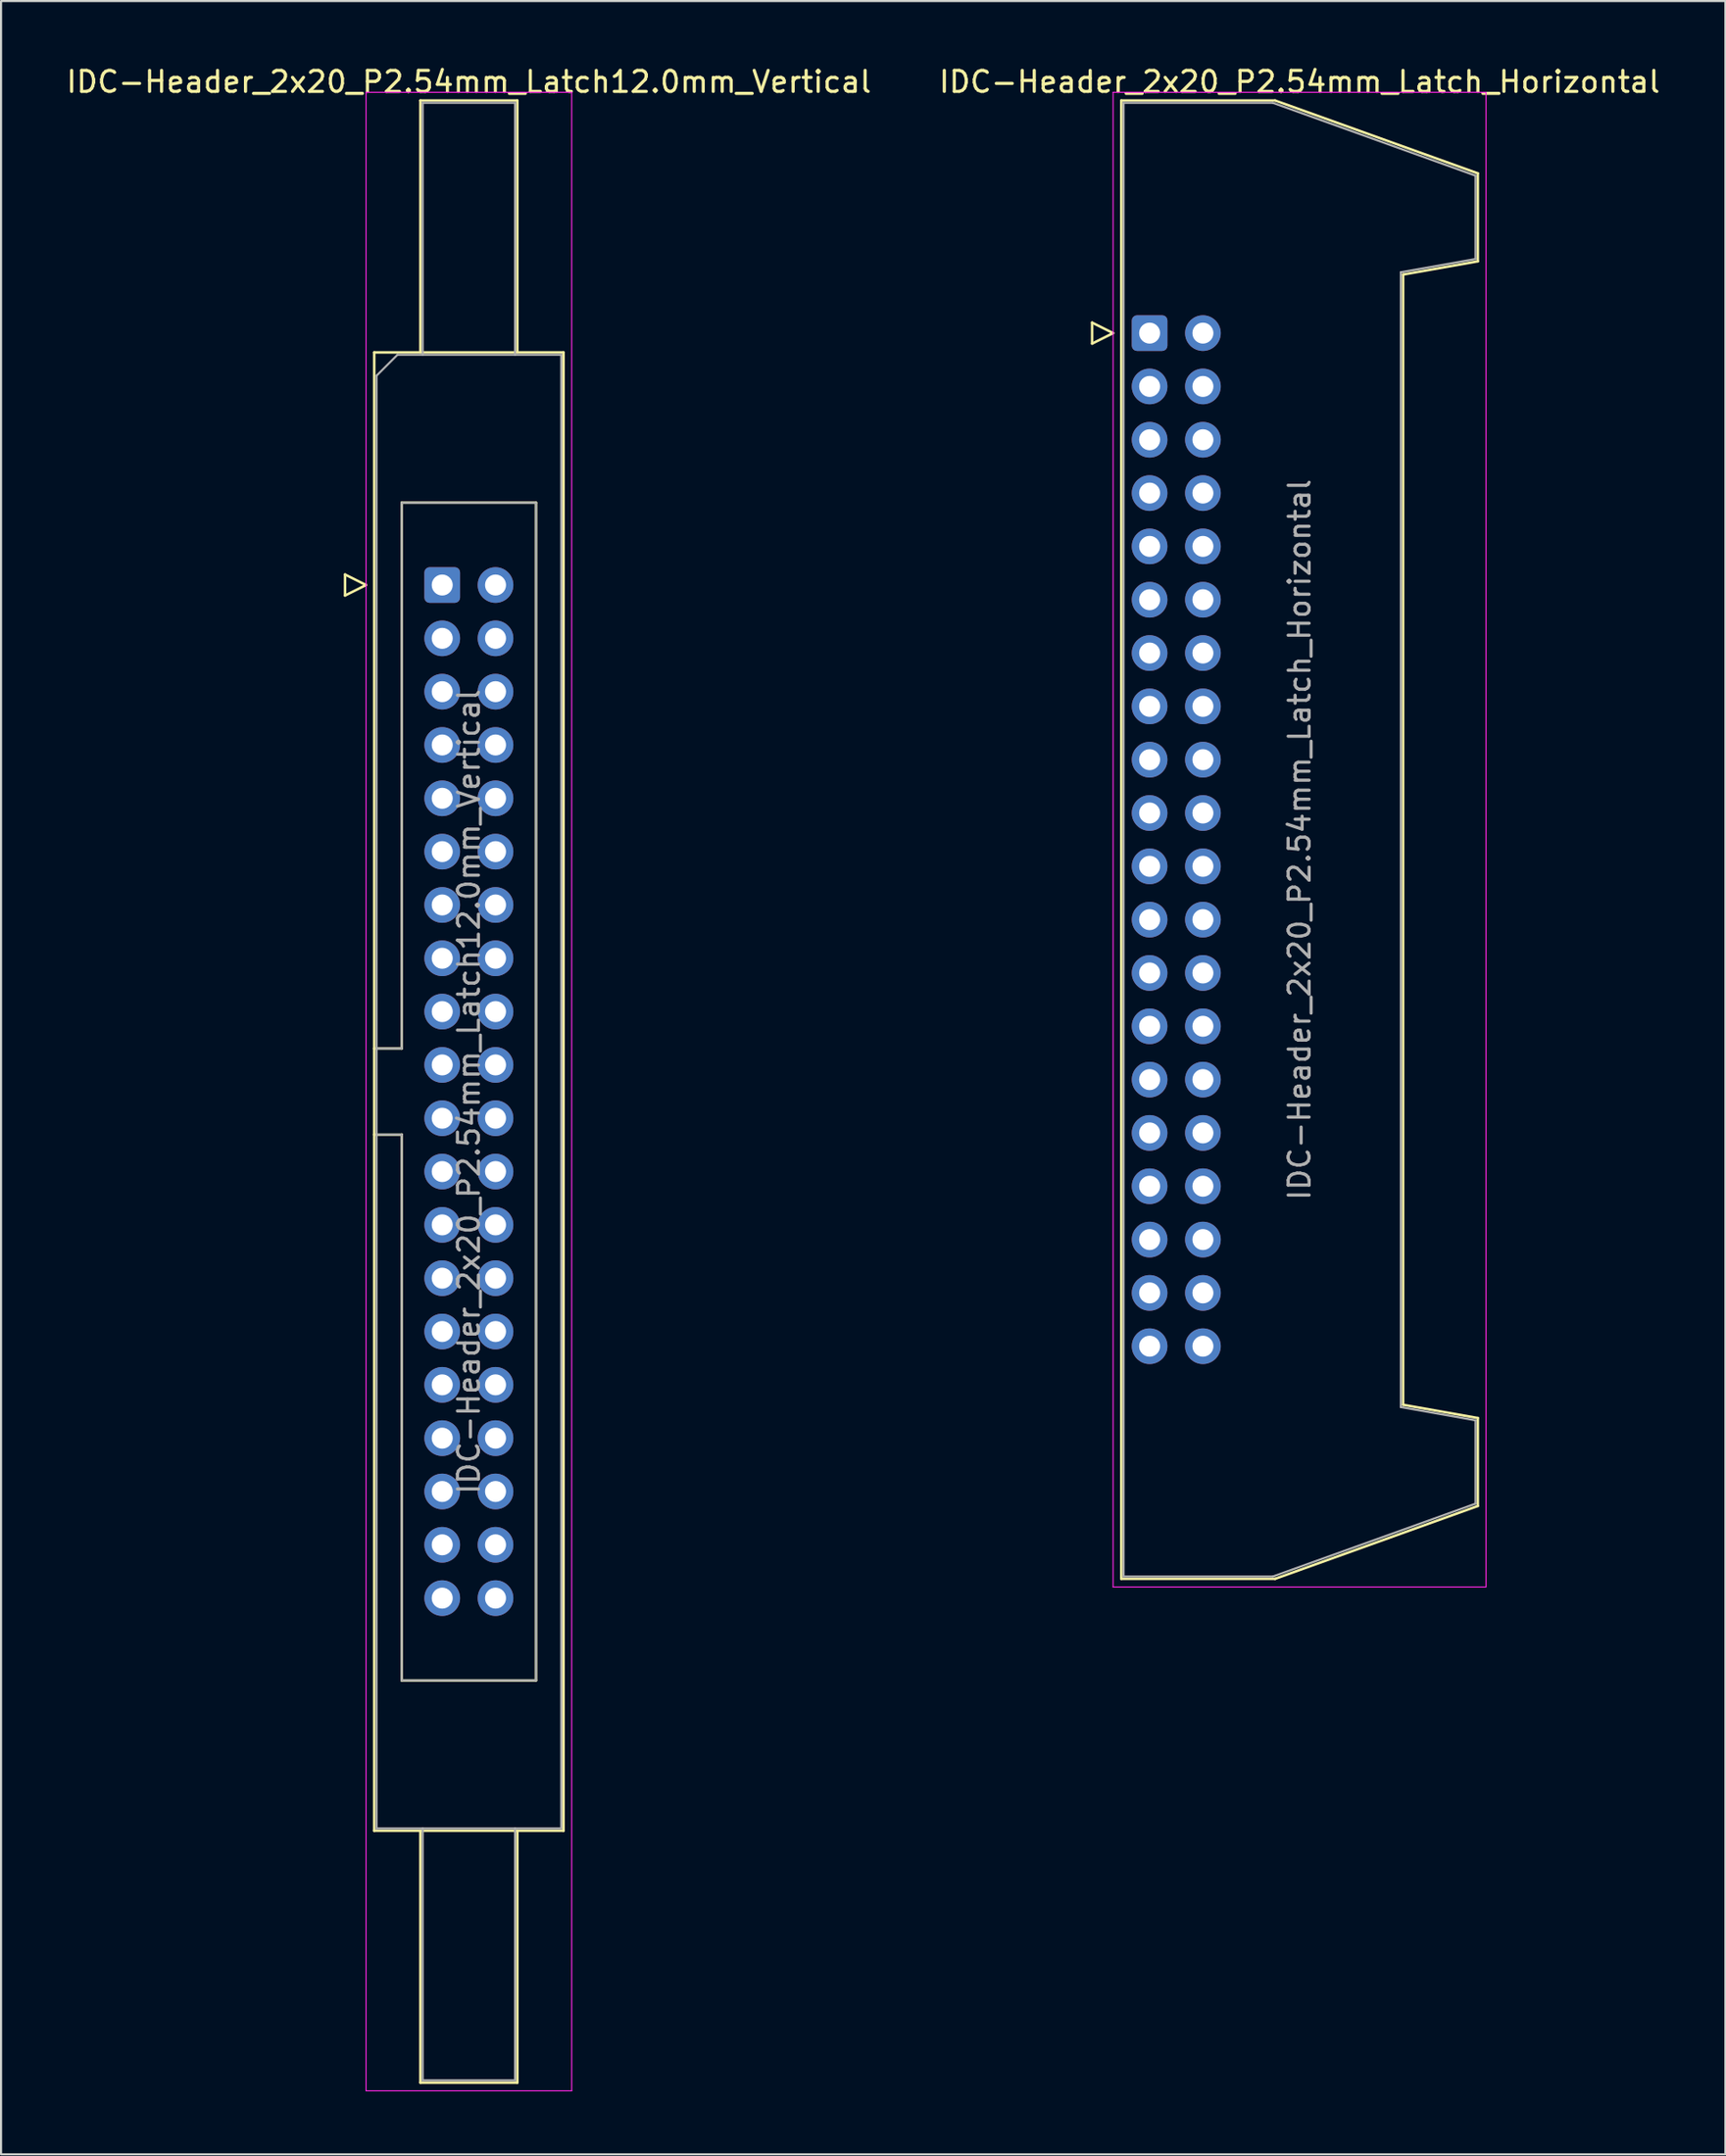
<source format=kicad_pcb>
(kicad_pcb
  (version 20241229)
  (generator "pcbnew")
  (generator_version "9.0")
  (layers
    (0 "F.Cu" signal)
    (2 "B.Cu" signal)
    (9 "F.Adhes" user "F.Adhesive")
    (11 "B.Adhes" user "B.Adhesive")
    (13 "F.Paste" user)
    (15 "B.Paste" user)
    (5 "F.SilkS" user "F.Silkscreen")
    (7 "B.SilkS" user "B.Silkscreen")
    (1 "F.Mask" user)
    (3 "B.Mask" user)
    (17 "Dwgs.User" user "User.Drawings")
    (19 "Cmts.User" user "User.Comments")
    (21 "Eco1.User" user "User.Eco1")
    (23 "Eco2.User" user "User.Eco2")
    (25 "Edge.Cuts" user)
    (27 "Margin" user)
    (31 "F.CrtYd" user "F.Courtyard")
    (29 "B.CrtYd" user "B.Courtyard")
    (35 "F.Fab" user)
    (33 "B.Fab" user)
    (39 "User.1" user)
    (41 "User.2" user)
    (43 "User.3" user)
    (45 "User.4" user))
  (footprint "IDC-Header_2x20_P2.54mm_Latch_Horizontal"
    (layer "F.Cu")
    (at 51.73 12.818)
    (property "Reference" "IDC-Header_2x20_P2.54mm_Latch_Horizontal" (at 7.145 -11.97 0) (layer "F.SilkS") (effects (font (size 1 1) (thickness 0.15))))
    (attr through_hole)
    (fp_line (start -2.74 -0.5) (end -2.74 0.5) (stroke (width 0.12) (type solid)) (layer "F.SilkS"))
    (fp_line (start -2.74 0.5) (end -1.74 0) (stroke (width 0.12) (type solid)) (layer "F.SilkS"))
    (fp_line (start -1.74 0) (end -2.74 -0.5) (stroke (width 0.12) (type solid)) (layer "F.SilkS"))
    (fp_line (start -1.35 -11.08) (end 5.98 -11.08) (stroke (width 0.12) (type solid)) (layer "F.SilkS"))
    (fp_line (start -1.35 59.34) (end -1.35 -11.08) (stroke (width 0.12) (type solid)) (layer "F.SilkS"))
    (fp_line (start 5.98 -11.08) (end 15.64 -7.61) (stroke (width 0.12) (type solid)) (layer "F.SilkS"))
    (fp_line (start 5.98 59.34) (end -1.35 59.34) (stroke (width 0.12) (type solid)) (layer "F.SilkS"))
    (fp_line (start 12.08 -2.79) (end 12.08 51.05) (stroke (width 0.12) (type solid)) (layer "F.SilkS"))
    (fp_line (start 12.08 51.05) (end 15.64 51.68) (stroke (width 0.12) (type solid)) (layer "F.SilkS"))
    (fp_line (start 15.64 -7.61) (end 15.64 -3.42) (stroke (width 0.12) (type solid)) (layer "F.SilkS"))
    (fp_line (start 15.64 -3.42) (end 12.08 -2.79) (stroke (width 0.12) (type solid)) (layer "F.SilkS"))
    (fp_line (start 15.64 51.68) (end 15.64 55.87) (stroke (width 0.12) (type solid)) (layer "F.SilkS"))
    (fp_line (start 15.64 55.87) (end 5.98 59.34) (stroke (width 0.12) (type solid)) (layer "F.SilkS"))
    (fp_line (start -1.74 -11.47) (end -1.74 59.73) (stroke (width 0.05) (type solid)) (layer "F.CrtYd"))
    (fp_line (start -1.74 59.73) (end 16.03 59.73) (stroke (width 0.05) (type solid)) (layer "F.CrtYd"))
    (fp_line (start 16.03 -11.47) (end -1.74 -11.47) (stroke (width 0.05) (type solid)) (layer "F.CrtYd"))
    (fp_line (start 16.03 59.73) (end 16.03 -11.47) (stroke (width 0.05) (type solid)) (layer "F.CrtYd"))
    (fp_line (start -1.24 -10.97) (end 5.87 -10.97) (stroke (width 0.1) (type solid)) (layer "F.Fab"))
    (fp_line (start -1.24 59.23) (end -1.24 -10.97) (stroke (width 0.1) (type solid)) (layer "F.Fab"))
    (fp_line (start 5.87 -10.97) (end 15.53 -7.5) (stroke (width 0.1) (type solid)) (layer "F.Fab"))
    (fp_line (start 5.87 59.23) (end -1.24 59.23) (stroke (width 0.1) (type solid)) (layer "F.Fab"))
    (fp_line (start 11.97 -2.9) (end 11.97 51.16) (stroke (width 0.1) (type solid)) (layer "F.Fab"))
    (fp_line (start 11.97 51.16) (end 15.53 51.79) (stroke (width 0.1) (type solid)) (layer "F.Fab"))
    (fp_line (start 15.53 -7.5) (end 15.53 -3.53) (stroke (width 0.1) (type solid)) (layer "F.Fab"))
    (fp_line (start 15.53 -3.53) (end 11.97 -2.9) (stroke (width 0.1) (type solid)) (layer "F.Fab"))
    (fp_line (start 15.53 51.79) (end 15.53 55.76) (stroke (width 0.1) (type solid)) (layer "F.Fab"))
    (fp_line (start 15.53 55.76) (end 5.87 59.23) (stroke (width 0.1) (type solid)) (layer "F.Fab"))
    (fp_text user "${REFERENCE}" (at 7.145 24.13 90) (layer "F.Fab") (effects (font (size 1 1) (thickness 0.15))))
    (pad "1" thru_hole roundrect (at 0 0) (size 1.7 1.7) (drill 1) (layers "*.Cu" "*.Mask") (roundrect_rratio 0.147))
    (pad "2" thru_hole circle (at 2.54 0) (size 1.7 1.7) (drill 1) (layers "*.Cu" "*.Mask"))
    (pad "3" thru_hole circle (at 0 2.54) (size 1.7 1.7) (drill 1) (layers "*.Cu" "*.Mask"))
    (pad "4" thru_hole circle (at 2.54 2.54) (size 1.7 1.7) (drill 1) (layers "*.Cu" "*.Mask"))
    (pad "5" thru_hole circle (at 0 5.08) (size 1.7 1.7) (drill 1) (layers "*.Cu" "*.Mask"))
    (pad "6" thru_hole circle (at 2.54 5.08) (size 1.7 1.7) (drill 1) (layers "*.Cu" "*.Mask"))
    (pad "7" thru_hole circle (at 0 7.62) (size 1.7 1.7) (drill 1) (layers "*.Cu" "*.Mask"))
    (pad "8" thru_hole circle (at 2.54 7.62) (size 1.7 1.7) (drill 1) (layers "*.Cu" "*.Mask"))
    (pad "9" thru_hole circle (at 0 10.16) (size 1.7 1.7) (drill 1) (layers "*.Cu" "*.Mask"))
    (pad "10" thru_hole circle (at 2.54 10.16) (size 1.7 1.7) (drill 1) (layers "*.Cu" "*.Mask"))
    (pad "11" thru_hole circle (at 0 12.7) (size 1.7 1.7) (drill 1) (layers "*.Cu" "*.Mask"))
    (pad "12" thru_hole circle (at 2.54 12.7) (size 1.7 1.7) (drill 1) (layers "*.Cu" "*.Mask"))
    (pad "13" thru_hole circle (at 0 15.24) (size 1.7 1.7) (drill 1) (layers "*.Cu" "*.Mask"))
    (pad "14" thru_hole circle (at 2.54 15.24) (size 1.7 1.7) (drill 1) (layers "*.Cu" "*.Mask"))
    (pad "15" thru_hole circle (at 0 17.78) (size 1.7 1.7) (drill 1) (layers "*.Cu" "*.Mask"))
    (pad "16" thru_hole circle (at 2.54 17.78) (size 1.7 1.7) (drill 1) (layers "*.Cu" "*.Mask"))
    (pad "17" thru_hole circle (at 0 20.32) (size 1.7 1.7) (drill 1) (layers "*.Cu" "*.Mask"))
    (pad "18" thru_hole circle (at 2.54 20.32) (size 1.7 1.7) (drill 1) (layers "*.Cu" "*.Mask"))
    (pad "19" thru_hole circle (at 0 22.86) (size 1.7 1.7) (drill 1) (layers "*.Cu" "*.Mask"))
    (pad "20" thru_hole circle (at 2.54 22.86) (size 1.7 1.7) (drill 1) (layers "*.Cu" "*.Mask"))
    (pad "21" thru_hole circle (at 0 25.4) (size 1.7 1.7) (drill 1) (layers "*.Cu" "*.Mask"))
    (pad "22" thru_hole circle (at 2.54 25.4) (size 1.7 1.7) (drill 1) (layers "*.Cu" "*.Mask"))
    (pad "23" thru_hole circle (at 0 27.94) (size 1.7 1.7) (drill 1) (layers "*.Cu" "*.Mask"))
    (pad "24" thru_hole circle (at 2.54 27.94) (size 1.7 1.7) (drill 1) (layers "*.Cu" "*.Mask"))
    (pad "25" thru_hole circle (at 0 30.48) (size 1.7 1.7) (drill 1) (layers "*.Cu" "*.Mask"))
    (pad "26" thru_hole circle (at 2.54 30.48) (size 1.7 1.7) (drill 1) (layers "*.Cu" "*.Mask"))
    (pad "27" thru_hole circle (at 0 33.02) (size 1.7 1.7) (drill 1) (layers "*.Cu" "*.Mask"))
    (pad "28" thru_hole circle (at 2.54 33.02) (size 1.7 1.7) (drill 1) (layers "*.Cu" "*.Mask"))
    (pad "29" thru_hole circle (at 0 35.56) (size 1.7 1.7) (drill 1) (layers "*.Cu" "*.Mask"))
    (pad "30" thru_hole circle (at 2.54 35.56) (size 1.7 1.7) (drill 1) (layers "*.Cu" "*.Mask"))
    (pad "31" thru_hole circle (at 0 38.1) (size 1.7 1.7) (drill 1) (layers "*.Cu" "*.Mask"))
    (pad "32" thru_hole circle (at 2.54 38.1) (size 1.7 1.7) (drill 1) (layers "*.Cu" "*.Mask"))
    (pad "33" thru_hole circle (at 0 40.64) (size 1.7 1.7) (drill 1) (layers "*.Cu" "*.Mask"))
    (pad "34" thru_hole circle (at 2.54 40.64) (size 1.7 1.7) (drill 1) (layers "*.Cu" "*.Mask"))
    (pad "35" thru_hole circle (at 0 43.18) (size 1.7 1.7) (drill 1) (layers "*.Cu" "*.Mask"))
    (pad "36" thru_hole circle (at 2.54 43.18) (size 1.7 1.7) (drill 1) (layers "*.Cu" "*.Mask"))
    (pad "37" thru_hole circle (at 0 45.72) (size 1.7 1.7) (drill 1) (layers "*.Cu" "*.Mask"))
    (pad "38" thru_hole circle (at 2.54 45.72) (size 1.7 1.7) (drill 1) (layers "*.Cu" "*.Mask"))
    (pad "39" thru_hole circle (at 0 48.26) (size 1.7 1.7) (drill 1) (layers "*.Cu" "*.Mask"))
    (pad "40" thru_hole circle (at 2.54 48.26) (size 1.7 1.7) (drill 1) (layers "*.Cu" "*.Mask")))
  (footprint "IDC-Header_2x20_P2.54mm_Latch12.0mm_Vertical"
    (layer "F.Cu")
    (at 18.022 24.818)
    (property "Reference" "IDC-Header_2x20_P2.54mm_Latch12.0mm_Vertical" (at 1.27 -23.97 0) (layer "F.SilkS") (effects (font (size 1 1) (thickness 0.15))))
    (attr through_hole)
    (fp_line (start -4.63 -0.5) (end -4.63 0.5) (stroke (width 0.12) (type solid)) (layer "F.SilkS"))
    (fp_line (start -4.63 0.5) (end -3.63 0) (stroke (width 0.12) (type solid)) (layer "F.SilkS"))
    (fp_line (start -3.63 0) (end -4.63 -0.5) (stroke (width 0.12) (type solid)) (layer "F.SilkS"))
    (fp_line (start -3.24 -11.08) (end 5.78 -11.08) (stroke (width 0.12) (type solid)) (layer "F.SilkS"))
    (fp_line (start -3.24 22.08) (end -1.93 22.08) (stroke (width 0.12) (type solid)) (layer "F.SilkS"))
    (fp_line (start -3.24 59.34) (end -3.24 -11.08) (stroke (width 0.12) (type solid)) (layer "F.SilkS"))
    (fp_line (start -1.93 -3.92) (end 4.47 -3.92) (stroke (width 0.12) (type solid)) (layer "F.SilkS"))
    (fp_line (start -1.93 22.08) (end -1.93 -3.92) (stroke (width 0.12) (type solid)) (layer "F.SilkS"))
    (fp_line (start -1.93 26.18) (end -3.24 26.18) (stroke (width 0.12) (type solid)) (layer "F.SilkS"))
    (fp_line (start -1.93 26.18) (end -1.93 26.18) (stroke (width 0.12) (type solid)) (layer "F.SilkS"))
    (fp_line (start -1.93 52.18) (end -1.93 26.18) (stroke (width 0.12) (type solid)) (layer "F.SilkS"))
    (fp_line (start -1.04 -23.08) (end 3.58 -23.08) (stroke (width 0.12) (type solid)) (layer "F.SilkS"))
    (fp_line (start -1.04 -11.08) (end -1.04 -23.08) (stroke (width 0.12) (type solid)) (layer "F.SilkS"))
    (fp_line (start -1.04 59.34) (end -1.04 71.34) (stroke (width 0.12) (type solid)) (layer "F.SilkS"))
    (fp_line (start -1.04 71.34) (end 3.58 71.34) (stroke (width 0.12) (type solid)) (layer "F.SilkS"))
    (fp_line (start 3.58 -23.08) (end 3.58 -11.08) (stroke (width 0.12) (type solid)) (layer "F.SilkS"))
    (fp_line (start 3.58 71.34) (end 3.58 59.34) (stroke (width 0.12) (type solid)) (layer "F.SilkS"))
    (fp_line (start 4.47 -3.92) (end 4.47 52.18) (stroke (width 0.12) (type solid)) (layer "F.SilkS"))
    (fp_line (start 4.47 52.18) (end -1.93 52.18) (stroke (width 0.12) (type solid)) (layer "F.SilkS"))
    (fp_line (start 5.78 -11.08) (end 5.78 59.34) (stroke (width 0.12) (type solid)) (layer "F.SilkS"))
    (fp_line (start 5.78 59.34) (end -3.24 59.34) (stroke (width 0.12) (type solid)) (layer "F.SilkS"))
    (fp_line (start -3.63 -23.47) (end -3.63 71.73) (stroke (width 0.05) (type solid)) (layer "F.CrtYd"))
    (fp_line (start -3.63 71.73) (end 6.17 71.73) (stroke (width 0.05) (type solid)) (layer "F.CrtYd"))
    (fp_line (start 6.17 -23.47) (end -3.63 -23.47) (stroke (width 0.05) (type solid)) (layer "F.CrtYd"))
    (fp_line (start 6.17 71.73) (end 6.17 -23.47) (stroke (width 0.05) (type solid)) (layer "F.CrtYd"))
    (fp_line (start -3.13 -9.97) (end -2.13 -10.97) (stroke (width 0.1) (type solid)) (layer "F.Fab"))
    (fp_line (start -3.13 22.08) (end -1.93 22.08) (stroke (width 0.1) (type solid)) (layer "F.Fab"))
    (fp_line (start -3.13 59.23) (end -3.13 -9.97) (stroke (width 0.1) (type solid)) (layer "F.Fab"))
    (fp_line (start -2.13 -10.97) (end 5.67 -10.97) (stroke (width 0.1) (type solid)) (layer "F.Fab"))
    (fp_line (start -1.93 -3.92) (end 4.47 -3.92) (stroke (width 0.1) (type solid)) (layer "F.Fab"))
    (fp_line (start -1.93 22.08) (end -1.93 -3.92) (stroke (width 0.1) (type solid)) (layer "F.Fab"))
    (fp_line (start -1.93 26.18) (end -3.13 26.18) (stroke (width 0.1) (type solid)) (layer "F.Fab"))
    (fp_line (start -1.93 26.18) (end -1.93 26.18) (stroke (width 0.1) (type solid)) (layer "F.Fab"))
    (fp_line (start -1.93 52.18) (end -1.93 26.18) (stroke (width 0.1) (type solid)) (layer "F.Fab"))
    (fp_line (start -0.93 -22.97) (end 3.47 -22.97) (stroke (width 0.1) (type solid)) (layer "F.Fab"))
    (fp_line (start -0.93 -10.97) (end -0.93 -22.97) (stroke (width 0.1) (type solid)) (layer "F.Fab"))
    (fp_line (start -0.93 59.23) (end -0.93 71.23) (stroke (width 0.1) (type solid)) (layer "F.Fab"))
    (fp_line (start -0.93 71.23) (end 3.47 71.23) (stroke (width 0.1) (type solid)) (layer "F.Fab"))
    (fp_line (start 3.47 -22.97) (end 3.47 -10.97) (stroke (width 0.1) (type solid)) (layer "F.Fab"))
    (fp_line (start 3.47 71.23) (end 3.47 59.23) (stroke (width 0.1) (type solid)) (layer "F.Fab"))
    (fp_line (start 4.47 -3.92) (end 4.47 52.18) (stroke (width 0.1) (type solid)) (layer "F.Fab"))
    (fp_line (start 4.47 52.18) (end -1.93 52.18) (stroke (width 0.1) (type solid)) (layer "F.Fab"))
    (fp_line (start 5.67 -10.97) (end 5.67 59.23) (stroke (width 0.1) (type solid)) (layer "F.Fab"))
    (fp_line (start 5.67 59.23) (end -3.13 59.23) (stroke (width 0.1) (type solid)) (layer "F.Fab"))
    (fp_text user "${REFERENCE}" (at 1.27 24.13 90) (layer "F.Fab") (effects (font (size 1 1) (thickness 0.15))))
    (pad "1" thru_hole roundrect (at 0 0) (size 1.7 1.7) (drill 1) (layers "*.Cu" "*.Mask") (roundrect_rratio 0.147))
    (pad "2" thru_hole circle (at 2.54 0) (size 1.7 1.7) (drill 1) (layers "*.Cu" "*.Mask"))
    (pad "3" thru_hole circle (at 0 2.54) (size 1.7 1.7) (drill 1) (layers "*.Cu" "*.Mask"))
    (pad "4" thru_hole circle (at 2.54 2.54) (size 1.7 1.7) (drill 1) (layers "*.Cu" "*.Mask"))
    (pad "5" thru_hole circle (at 0 5.08) (size 1.7 1.7) (drill 1) (layers "*.Cu" "*.Mask"))
    (pad "6" thru_hole circle (at 2.54 5.08) (size 1.7 1.7) (drill 1) (layers "*.Cu" "*.Mask"))
    (pad "7" thru_hole circle (at 0 7.62) (size 1.7 1.7) (drill 1) (layers "*.Cu" "*.Mask"))
    (pad "8" thru_hole circle (at 2.54 7.62) (size 1.7 1.7) (drill 1) (layers "*.Cu" "*.Mask"))
    (pad "9" thru_hole circle (at 0 10.16) (size 1.7 1.7) (drill 1) (layers "*.Cu" "*.Mask"))
    (pad "10" thru_hole circle (at 2.54 10.16) (size 1.7 1.7) (drill 1) (layers "*.Cu" "*.Mask"))
    (pad "11" thru_hole circle (at 0 12.7) (size 1.7 1.7) (drill 1) (layers "*.Cu" "*.Mask"))
    (pad "12" thru_hole circle (at 2.54 12.7) (size 1.7 1.7) (drill 1) (layers "*.Cu" "*.Mask"))
    (pad "13" thru_hole circle (at 0 15.24) (size 1.7 1.7) (drill 1) (layers "*.Cu" "*.Mask"))
    (pad "14" thru_hole circle (at 2.54 15.24) (size 1.7 1.7) (drill 1) (layers "*.Cu" "*.Mask"))
    (pad "15" thru_hole circle (at 0 17.78) (size 1.7 1.7) (drill 1) (layers "*.Cu" "*.Mask"))
    (pad "16" thru_hole circle (at 2.54 17.78) (size 1.7 1.7) (drill 1) (layers "*.Cu" "*.Mask"))
    (pad "17" thru_hole circle (at 0 20.32) (size 1.7 1.7) (drill 1) (layers "*.Cu" "*.Mask"))
    (pad "18" thru_hole circle (at 2.54 20.32) (size 1.7 1.7) (drill 1) (layers "*.Cu" "*.Mask"))
    (pad "19" thru_hole circle (at 0 22.86) (size 1.7 1.7) (drill 1) (layers "*.Cu" "*.Mask"))
    (pad "20" thru_hole circle (at 2.54 22.86) (size 1.7 1.7) (drill 1) (layers "*.Cu" "*.Mask"))
    (pad "21" thru_hole circle (at 0 25.4) (size 1.7 1.7) (drill 1) (layers "*.Cu" "*.Mask"))
    (pad "22" thru_hole circle (at 2.54 25.4) (size 1.7 1.7) (drill 1) (layers "*.Cu" "*.Mask"))
    (pad "23" thru_hole circle (at 0 27.94) (size 1.7 1.7) (drill 1) (layers "*.Cu" "*.Mask"))
    (pad "24" thru_hole circle (at 2.54 27.94) (size 1.7 1.7) (drill 1) (layers "*.Cu" "*.Mask"))
    (pad "25" thru_hole circle (at 0 30.48) (size 1.7 1.7) (drill 1) (layers "*.Cu" "*.Mask"))
    (pad "26" thru_hole circle (at 2.54 30.48) (size 1.7 1.7) (drill 1) (layers "*.Cu" "*.Mask"))
    (pad "27" thru_hole circle (at 0 33.02) (size 1.7 1.7) (drill 1) (layers "*.Cu" "*.Mask"))
    (pad "28" thru_hole circle (at 2.54 33.02) (size 1.7 1.7) (drill 1) (layers "*.Cu" "*.Mask"))
    (pad "29" thru_hole circle (at 0 35.56) (size 1.7 1.7) (drill 1) (layers "*.Cu" "*.Mask"))
    (pad "30" thru_hole circle (at 2.54 35.56) (size 1.7 1.7) (drill 1) (layers "*.Cu" "*.Mask"))
    (pad "31" thru_hole circle (at 0 38.1) (size 1.7 1.7) (drill 1) (layers "*.Cu" "*.Mask"))
    (pad "32" thru_hole circle (at 2.54 38.1) (size 1.7 1.7) (drill 1) (layers "*.Cu" "*.Mask"))
    (pad "33" thru_hole circle (at 0 40.64) (size 1.7 1.7) (drill 1) (layers "*.Cu" "*.Mask"))
    (pad "34" thru_hole circle (at 2.54 40.64) (size 1.7 1.7) (drill 1) (layers "*.Cu" "*.Mask"))
    (pad "35" thru_hole circle (at 0 43.18) (size 1.7 1.7) (drill 1) (layers "*.Cu" "*.Mask"))
    (pad "36" thru_hole circle (at 2.54 43.18) (size 1.7 1.7) (drill 1) (layers "*.Cu" "*.Mask"))
    (pad "37" thru_hole circle (at 0 45.72) (size 1.7 1.7) (drill 1) (layers "*.Cu" "*.Mask"))
    (pad "38" thru_hole circle (at 2.54 45.72) (size 1.7 1.7) (drill 1) (layers "*.Cu" "*.Mask"))
    (pad "39" thru_hole circle (at 0 48.26) (size 1.7 1.7) (drill 1) (layers "*.Cu" "*.Mask"))
    (pad "40" thru_hole circle (at 2.54 48.26) (size 1.7 1.7) (drill 1) (layers "*.Cu" "*.Mask")))
  (gr_rect
    (start -3 -3)
    (end 79.167 99.573)
    (stroke (width 0.1) (type default))
    (fill no)
    (layer "Edge.Cuts")))
</source>
